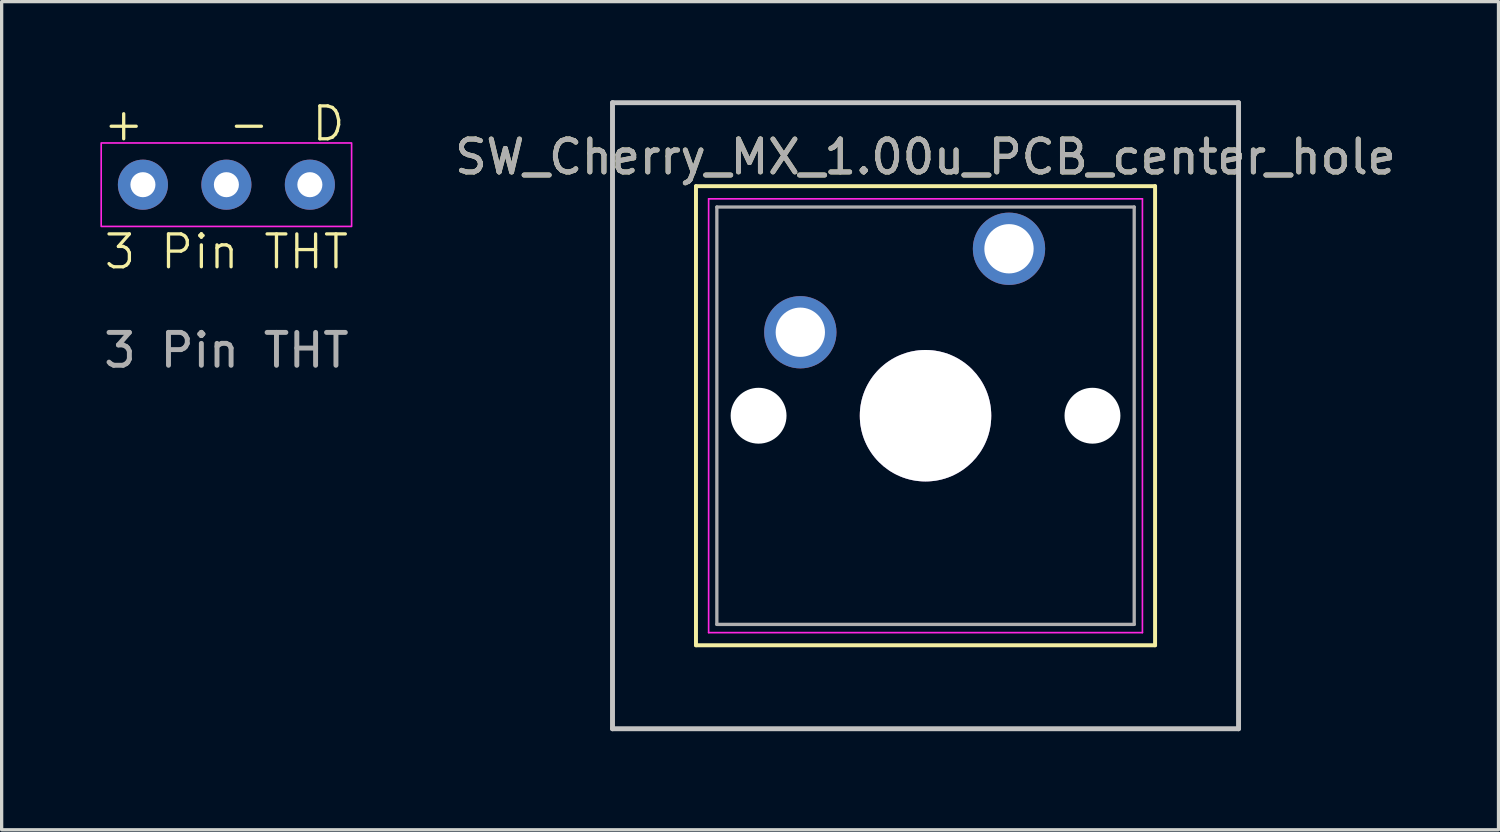
<source format=kicad_pcb>
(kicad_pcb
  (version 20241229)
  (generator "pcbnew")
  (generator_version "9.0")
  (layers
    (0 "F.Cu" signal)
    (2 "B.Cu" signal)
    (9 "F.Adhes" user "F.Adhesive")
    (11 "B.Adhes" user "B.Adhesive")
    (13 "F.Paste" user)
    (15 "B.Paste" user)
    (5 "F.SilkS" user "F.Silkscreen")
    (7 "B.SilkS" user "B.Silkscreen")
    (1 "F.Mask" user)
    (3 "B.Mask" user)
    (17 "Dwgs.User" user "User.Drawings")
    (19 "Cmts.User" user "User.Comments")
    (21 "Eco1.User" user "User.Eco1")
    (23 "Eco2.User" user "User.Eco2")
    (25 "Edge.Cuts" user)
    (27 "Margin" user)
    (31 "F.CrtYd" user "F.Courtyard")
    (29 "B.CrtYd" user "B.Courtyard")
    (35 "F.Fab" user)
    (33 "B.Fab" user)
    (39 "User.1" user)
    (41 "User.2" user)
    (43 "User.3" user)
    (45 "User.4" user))
  (footprint "3 Pin THT"
    (layer "F.Cu")
    (at 3.839 5.11)
    (property "Reference" "3 Pin THT" (at 0 -0.5 0) (unlocked yes) (layer "F.SilkS") (effects (font (size 1 1) (thickness 0.1))))
    (attr through_hole)
    (fp_rect (start -3.81 -3.81) (end 3.81 -1.27) (stroke (width 0.05) (type default)) (fill no) (layer "F.CrtYd"))
    (fp_text user "-" (at 0 -3.81 0) (unlocked yes) (layer "F.SilkS") (effects (font (size 1 1) (thickness 0.1)) (justify left bottom)))
    (fp_text user "+" (at -3.81 -3.81 0) (unlocked yes) (layer "F.SilkS") (effects (font (size 1 1) (thickness 0.1)) (justify left bottom)))
    (fp_text user "D" (at 2.54 -3.81 0) (unlocked yes) (layer "F.SilkS") (effects (font (size 1 1) (thickness 0.1)) (justify left bottom)))
    (fp_text user "${REFERENCE}" (at 0 2.5 0) (unlocked yes) (layer "F.Fab") (effects (font (size 1 1) (thickness 0.15))))
    (pad "1" thru_hole circle (at -2.54 -2.54) (size 1.524 1.524) (drill 0.762) (layers "*.Cu" "*.Mask"))
    (pad "2" thru_hole circle (at 0 -2.54) (size 1.524 1.524) (drill 0.762) (layers "*.Cu" "*.Mask"))
    (pad "3" thru_hole circle (at 2.54 -2.54) (size 1.524 1.524) (drill 0.762) (layers "*.Cu" "*.Mask")))
  (footprint "SW_Cherry_MX_1.00u_PCB_center_hole"
    (layer "F.Cu")
    (at 27.653 4.52)
    (property "Reference" "SW_Cherry_MX_1.00u_PCB_center_hole" (at -2.54 -2.794 0) (layer "F.SilkS") (effects (font (size 1 1) (thickness 0.15))))
    (attr through_hole)
    (fp_line (start -9.525 -1.905) (end 4.445 -1.905) (stroke (width 0.12) (type solid)) (layer "F.SilkS"))
    (fp_line (start -9.525 12.065) (end -9.525 -1.905) (stroke (width 0.12) (type solid)) (layer "F.SilkS"))
    (fp_line (start 4.445 -1.905) (end 4.445 12.065) (stroke (width 0.12) (type solid)) (layer "F.SilkS"))
    (fp_line (start 4.445 12.065) (end -9.525 12.065) (stroke (width 0.12) (type solid)) (layer "F.SilkS"))
    (fp_line (start -12.065 -4.445) (end 6.985 -4.445) (stroke (width 0.15) (type solid)) (layer "Dwgs.User"))
    (fp_line (start -12.065 14.605) (end -12.065 -4.445) (stroke (width 0.15) (type solid)) (layer "Dwgs.User"))
    (fp_line (start 6.985 -4.445) (end 6.985 14.605) (stroke (width 0.15) (type solid)) (layer "Dwgs.User"))
    (fp_line (start 6.985 14.605) (end -12.065 14.605) (stroke (width 0.15) (type solid)) (layer "Dwgs.User"))
    (fp_line (start -9.14 -1.52) (end 4.06 -1.52) (stroke (width 0.05) (type solid)) (layer "F.CrtYd"))
    (fp_line (start -9.14 11.68) (end -9.14 -1.52) (stroke (width 0.05) (type solid)) (layer "F.CrtYd"))
    (fp_line (start 4.06 -1.52) (end 4.06 11.68) (stroke (width 0.05) (type solid)) (layer "F.CrtYd"))
    (fp_line (start 4.06 11.68) (end -9.14 11.68) (stroke (width 0.05) (type solid)) (layer "F.CrtYd"))
    (fp_line (start -8.89 -1.27) (end 3.81 -1.27) (stroke (width 0.1) (type solid)) (layer "F.Fab"))
    (fp_line (start -8.89 11.43) (end -8.89 -1.27) (stroke (width 0.1) (type solid)) (layer "F.Fab"))
    (fp_line (start 3.81 -1.27) (end 3.81 11.43) (stroke (width 0.1) (type solid)) (layer "F.Fab"))
    (fp_line (start 3.81 11.43) (end -8.89 11.43) (stroke (width 0.1) (type solid)) (layer "F.Fab"))
    (fp_text user "${REFERENCE}" (at -2.54 -2.794 0) (layer "F.Fab") (effects (font (size 1 1) (thickness 0.15))))
    (pad "" np_thru_hole circle (at -7.62 5.08) (size 1.7 1.7) (drill 1.7) (layers "*.Cu" "*.Mask"))
    (pad "" thru_hole circle (at -2.54 5.08) (size 4 4) (drill 4) (layers "*.Cu" "*.Mask"))
    (pad "" np_thru_hole circle (at 2.54 5.08) (size 1.7 1.7) (drill 1.7) (layers "*.Cu" "*.Mask"))
    (pad "1" thru_hole circle (at 0 0) (size 2.2 2.2) (drill 1.5) (layers "*.Cu" "*.Mask"))
    (pad "2" thru_hole circle (at -6.35 2.54) (size 2.2 2.2) (drill 1.5) (layers "*.Cu" "*.Mask")))
  (gr_rect
    (start -3 -3)
    (end 42.548 22.2)
    (stroke (width 0.1) (type default))
    (fill no)
    (layer "Edge.Cuts")))
</source>
